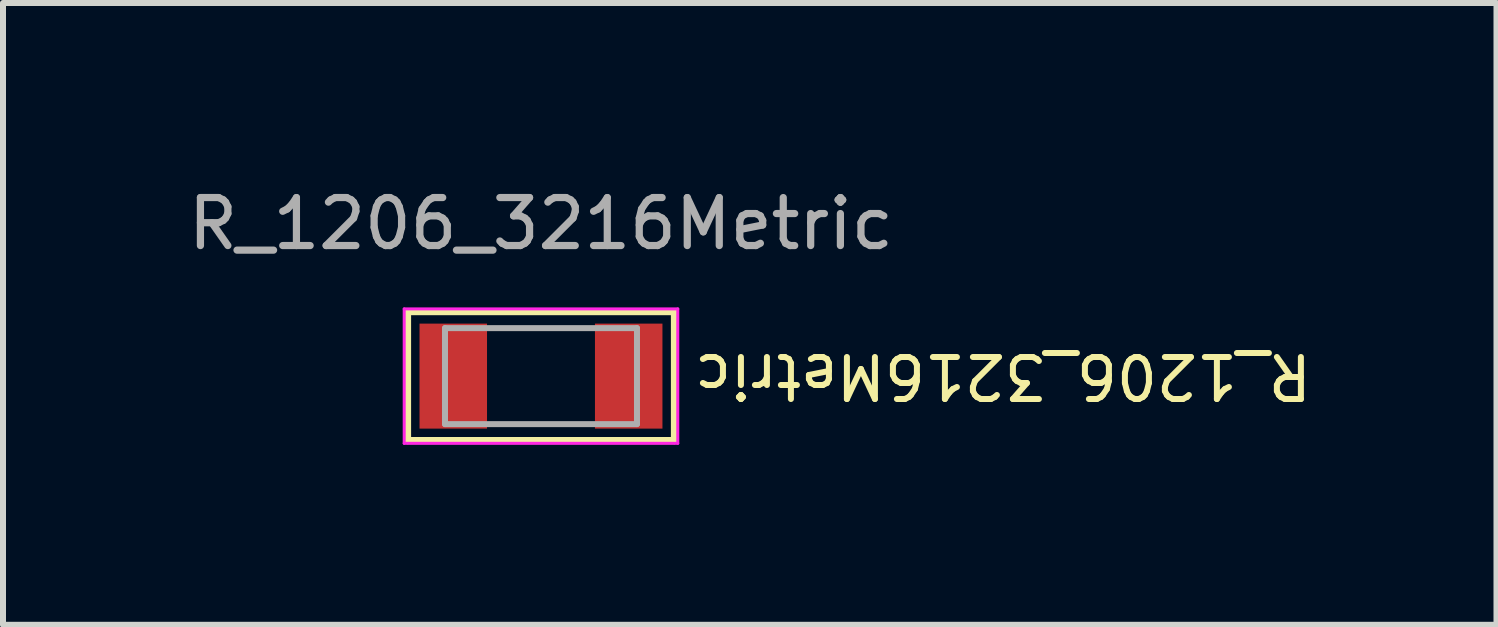
<source format=kicad_pcb>
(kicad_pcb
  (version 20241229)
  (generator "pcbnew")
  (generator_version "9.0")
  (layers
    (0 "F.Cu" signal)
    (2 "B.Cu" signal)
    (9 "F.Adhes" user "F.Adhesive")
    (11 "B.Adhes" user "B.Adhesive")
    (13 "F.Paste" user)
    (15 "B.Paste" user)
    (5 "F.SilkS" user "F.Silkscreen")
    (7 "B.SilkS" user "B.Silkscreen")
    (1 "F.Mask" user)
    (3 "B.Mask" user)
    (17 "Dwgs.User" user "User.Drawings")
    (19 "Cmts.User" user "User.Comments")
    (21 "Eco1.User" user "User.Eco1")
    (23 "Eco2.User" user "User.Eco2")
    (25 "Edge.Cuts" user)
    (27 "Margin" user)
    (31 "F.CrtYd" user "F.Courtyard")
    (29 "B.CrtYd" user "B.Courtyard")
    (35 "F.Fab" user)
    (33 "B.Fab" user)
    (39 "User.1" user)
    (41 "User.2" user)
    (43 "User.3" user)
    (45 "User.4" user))
  (footprint "R_1206_3216Metric"
    (layer "F.Cu")
    (at 5.967 3.219)
    (property "Reference" "R_1206_3216Metric" (at 2.5 0 180) (unlocked yes) (layer "F.SilkS") (effects (font (size 0.7 0.7) (thickness 0.1)) (justify right)))
    (attr smd)
    (fp_line (start -2.225 -1.075) (end 2.225 -1.075) (stroke (width 0.12) (type solid)) (layer "F.SilkS"))
    (fp_line (start -2.225 1.075) (end -2.225 -1.075) (stroke (width 0.12) (type solid)) (layer "F.SilkS"))
    (fp_line (start -2.225 1.075) (end 2.225 1.075) (stroke (width 0.12) (type solid)) (layer "F.SilkS"))
    (fp_line (start 2.225 1.075) (end 2.225 -1.075) (stroke (width 0.12) (type solid)) (layer "F.SilkS"))
    (fp_line (start -2.28 -1.12) (end 2.28 -1.12) (stroke (width 0.05) (type solid)) (layer "F.CrtYd"))
    (fp_line (start -2.28 1.12) (end -2.28 -1.12) (stroke (width 0.05) (type solid)) (layer "F.CrtYd"))
    (fp_line (start 2.28 -1.12) (end 2.28 1.12) (stroke (width 0.05) (type solid)) (layer "F.CrtYd"))
    (fp_line (start 2.28 1.12) (end -2.28 1.12) (stroke (width 0.05) (type solid)) (layer "F.CrtYd"))
    (fp_line (start -1.6 -0.8) (end 1.6 -0.8) (stroke (width 0.1) (type solid)) (layer "F.Fab"))
    (fp_line (start -1.6 0.8) (end -1.6 -0.8) (stroke (width 0.1) (type solid)) (layer "F.Fab"))
    (fp_line (start 1.6 -0.8) (end 1.6 0.8) (stroke (width 0.1) (type solid)) (layer "F.Fab"))
    (fp_line (start 1.6 0.8) (end -1.6 0.8) (stroke (width 0.1) (type solid)) (layer "F.Fab"))
    (fp_text user "${REFERENCE}" (at 0 -2.54 0) (layer "F.Fab") (effects (font (size 0.8 0.8) (thickness 0.12))))
    (pad "1" smd rect (at -1.462 0) (size 1.125 1.75) (layers "F.Cu" "F.Mask" "F.Paste"))
    (pad "2" smd rect (at 1.462 0) (size 1.125 1.75) (layers "F.Cu" "F.Mask" "F.Paste")))
  (gr_rect
    (start -3 -3)
    (end 21.893 7.364)
    (stroke (width 0.1) (type default))
    (fill no)
    (layer "Edge.Cuts")))
</source>
